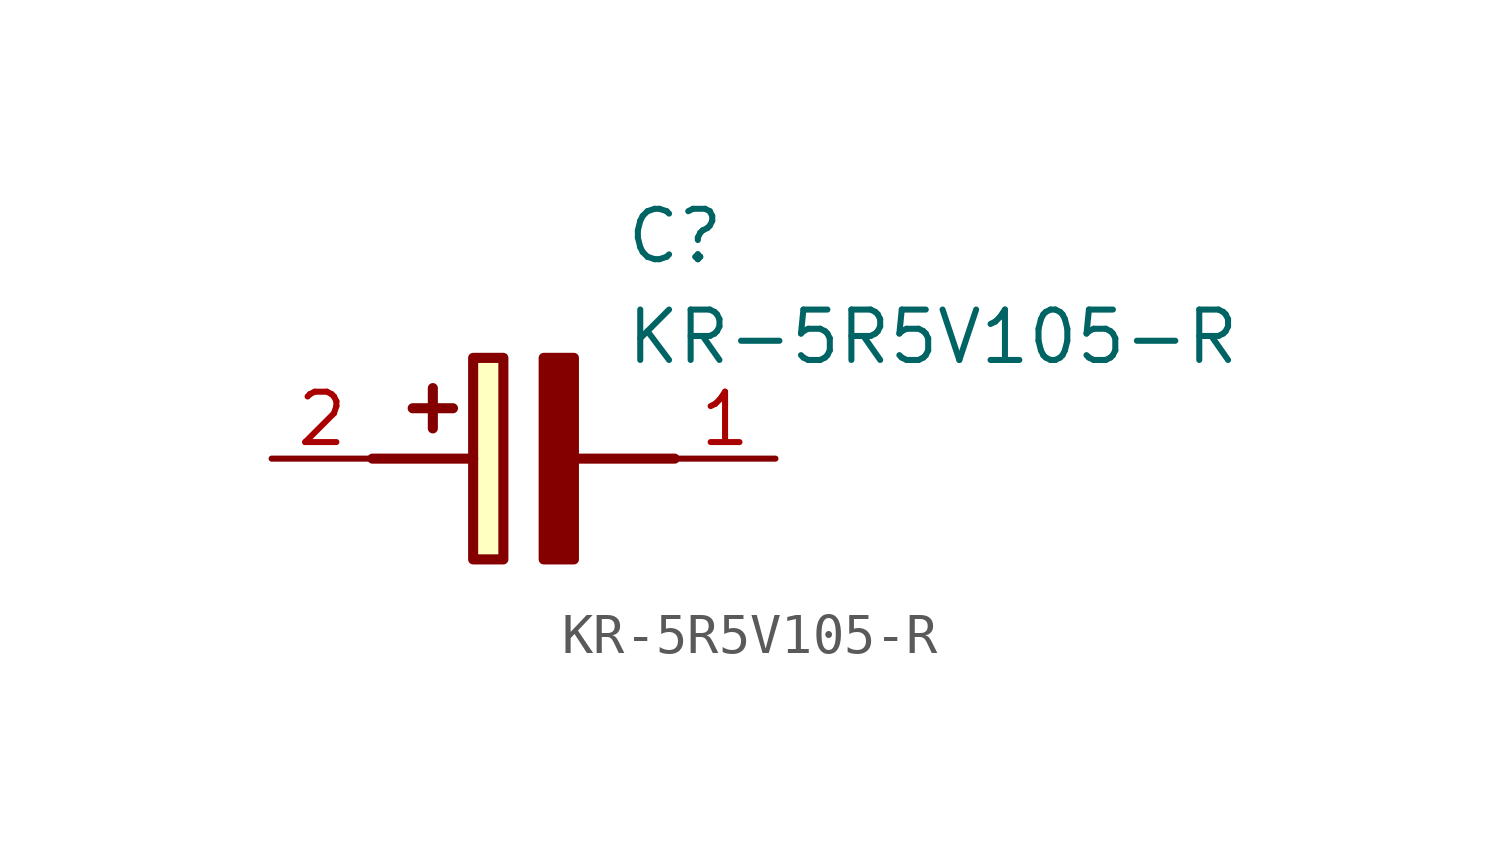
<source format=kicad_sym>
(kicad_symbol_lib
  (version 20211014)
  (generator SamacSys_ECAD_Model)
  (symbol "KR-5R5V105-R"
    (pin_names hide)
    (property "Reference" "C"
      (at 8.89 6.35 0)
      (effects (font (size 1.27 1.27)) (justify left top)))
    (property "Value" "KR-5R5V105-R"
      (at 8.89 3.81 0)
      (effects (font (size 1.27 1.27)) (justify left top)))
    (rectangle
      (start 5.08 2.54)
      (end 5.842 -2.54)
      (stroke (width 0.254) (type default))
      (fill (type background)))
    (polyline
      (pts (xy 4.572 1.27) (xy 3.556 1.27))
      (stroke (width 0.254) (type default))
      (fill (type none)))
    (polyline
      (pts (xy 4.064 1.778) (xy 4.064 0.762))
      (stroke (width 0.254) (type default))
      (fill (type none)))
    (polyline
      (pts (xy 2.54 0) (xy 5.08 0))
      (stroke (width 0.254) (type default))
      (fill (type none)))
    (polyline
      (pts (xy 7.62 0) (xy 10.16 0))
      (stroke (width 0.254) (type default))
      (fill (type none)))
    (polyline
      (pts (xy 7.62 2.54) (xy 7.62 -2.54) (xy 6.858 -2.54) (xy 6.858 2.54) (xy 7.62 2.54))
      (stroke (width 0.254) (type default))
      (fill (type outline)))
    (pin passive line
      (at 0 0 0)
      (length 2.54)
      (name "+" (effects (font (size 1.27 1.27))))
      (number "2" (effects (font (size 1.27 1.27)))))
    (pin passive line
      (at 12.7 0 180)
      (length 2.54)
      (name "-" (effects (font (size 1.27 1.27))))
      (number "1" (effects (font (size 1.27 1.27)))))))
</source>
